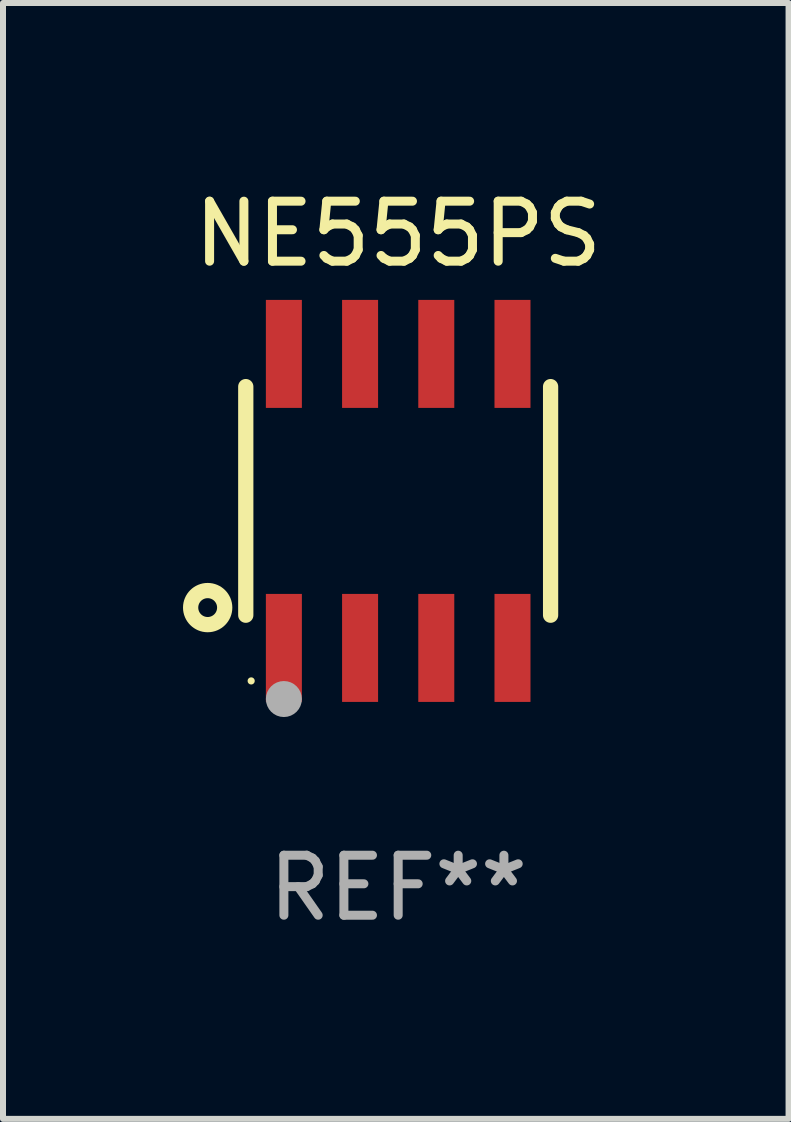
<source format=kicad_pcb>
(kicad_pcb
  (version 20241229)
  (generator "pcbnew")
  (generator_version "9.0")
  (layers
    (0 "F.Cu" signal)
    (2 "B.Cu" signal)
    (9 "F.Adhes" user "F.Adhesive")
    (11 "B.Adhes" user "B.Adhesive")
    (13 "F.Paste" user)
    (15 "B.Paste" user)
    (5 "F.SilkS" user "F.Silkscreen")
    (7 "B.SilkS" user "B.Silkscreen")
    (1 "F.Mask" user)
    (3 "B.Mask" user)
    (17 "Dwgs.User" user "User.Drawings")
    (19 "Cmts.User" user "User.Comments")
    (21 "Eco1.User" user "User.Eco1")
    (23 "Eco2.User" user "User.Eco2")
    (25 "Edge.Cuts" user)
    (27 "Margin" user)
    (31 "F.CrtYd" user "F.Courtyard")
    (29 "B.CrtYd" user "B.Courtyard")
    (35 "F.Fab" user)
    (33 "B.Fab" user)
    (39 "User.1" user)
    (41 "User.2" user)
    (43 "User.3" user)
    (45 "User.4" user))
  (footprint "NE555PS"
    (layer "F.Cu")
    (at 3.586 5.298)
    (property "Reference" "NE555PS" (at 0 -4.45 0) (layer "F.SilkS") (effects (font (size 1 1) (thickness 0.15))))
    (attr through_hole)
    (fp_line (start -2.54 -1.905) (end -2.54 1.905) (stroke (width 0.254) (type solid)) (layer "F.SilkS"))
    (fp_line (start 2.54 -1.905) (end 2.54 1.905) (stroke (width 0.254) (type solid)) (layer "F.SilkS"))
    (fp_circle (center -3.175 1.778) (end -2.891 1.778) (stroke (width 0.254) (type solid)) (fill no) (layer "F.SilkS"))
    (fp_circle (center -2.45 3) (end -2.42 3) (stroke (width 0.06) (type solid)) (fill no) (layer "F.SilkS"))
    (fp_circle (center -1.905 3.302) (end -1.755 3.302) (stroke (width 0.3) (type solid)) (fill no) (layer "F.Fab"))
    (fp_text user "REF**" (at 0 6.45 0) (layer "F.Fab") (effects (font (size 1 1) (thickness 0.15))))
    (pad "1" smd rect (at -1.905 2.45) (size 0.6 1.8) (layers "F.Cu" "F.Mask" "F.Paste"))
    (pad "2" smd rect (at -0.635 2.45) (size 0.6 1.8) (layers "F.Cu" "F.Mask" "F.Paste"))
    (pad "3" smd rect (at 0.635 2.45) (size 0.6 1.8) (layers "F.Cu" "F.Mask" "F.Paste"))
    (pad "4" smd rect (at 1.905 2.45) (size 0.6 1.8) (layers "F.Cu" "F.Mask" "F.Paste"))
    (pad "5" smd rect (at 1.905 -2.45 180) (size 0.6 1.8) (layers "F.Cu" "F.Mask" "F.Paste"))
    (pad "6" smd rect (at 0.635 -2.45 180) (size 0.6 1.8) (layers "F.Cu" "F.Mask" "F.Paste"))
    (pad "7" smd rect (at -0.635 -2.45 180) (size 0.6 1.8) (layers "F.Cu" "F.Mask" "F.Paste"))
    (pad "8" smd rect (at -1.905 -2.45 180) (size 0.6 1.8) (layers "F.Cu" "F.Mask" "F.Paste")))
  (gr_rect
    (start -3 -3)
    (end 10.092 15.597)
    (stroke (width 0.1) (type default))
    (fill no)
    (layer "Edge.Cuts")))
</source>
